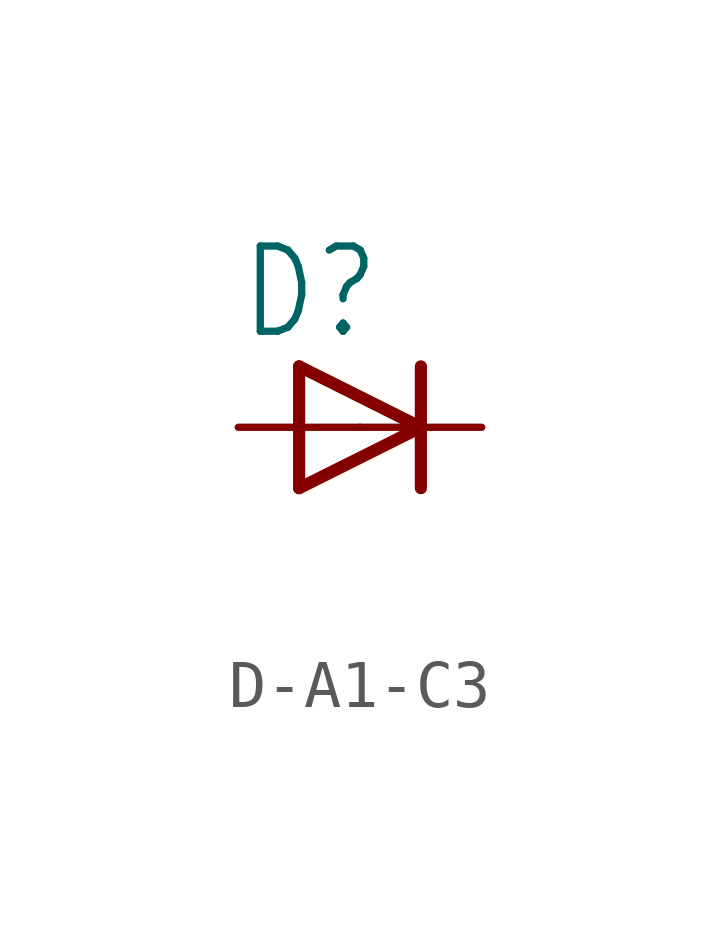
<source format=kicad_sym>
(kicad_symbol_lib
  (version 20220914)
  (generator kicad_symbol_editor)
  (symbol "D-A1-C3"
    (property "Reference" "D"
      (at -2.54 1.778 0)
      (effects (font (size 1.778 1.511)) (justify left bottom)))
    (property "Value" ""
      (at -2.54 -3.683 0)
      (effects (font (size 1.778 1.511)) (justify left bottom)))
    (property "ki_locked" ""
      (at 0 0 0)
      (effects (font (size 1.27 1.27))))
    (symbol "D-A1-C3_1_0"
      (polyline (pts (xy -1.27 -1.27) (xy 1.27 0)) (stroke (width 0.254) (type solid)) (fill (type none)))
      (polyline (pts (xy -1.27 1.27) (xy -1.27 -1.27)) (stroke (width 0.254) (type solid)) (fill (type none)))
      (polyline (pts (xy 1.27 0) (xy -1.27 1.27)) (stroke (width 0.254) (type solid)) (fill (type none)))
      (polyline (pts (xy 1.27 0) (xy 1.27 -1.27)) (stroke (width 0.254) (type solid)) (fill (type none)))
      (polyline (pts (xy 1.27 1.27) (xy 1.27 0)) (stroke (width 0.254) (type solid)) (fill (type none)))
      (pin passive line (at -2.54 0 0) (length 2.54) (name "A" (effects (font (size 0 0)))) (number "1" (effects (font (size 0 0)))))
      (pin passive line (at 2.54 0 180) (length 2.54) (name "C" (effects (font (size 0 0)))) (number "3" (effects (font (size 0 0))))))))
</source>
